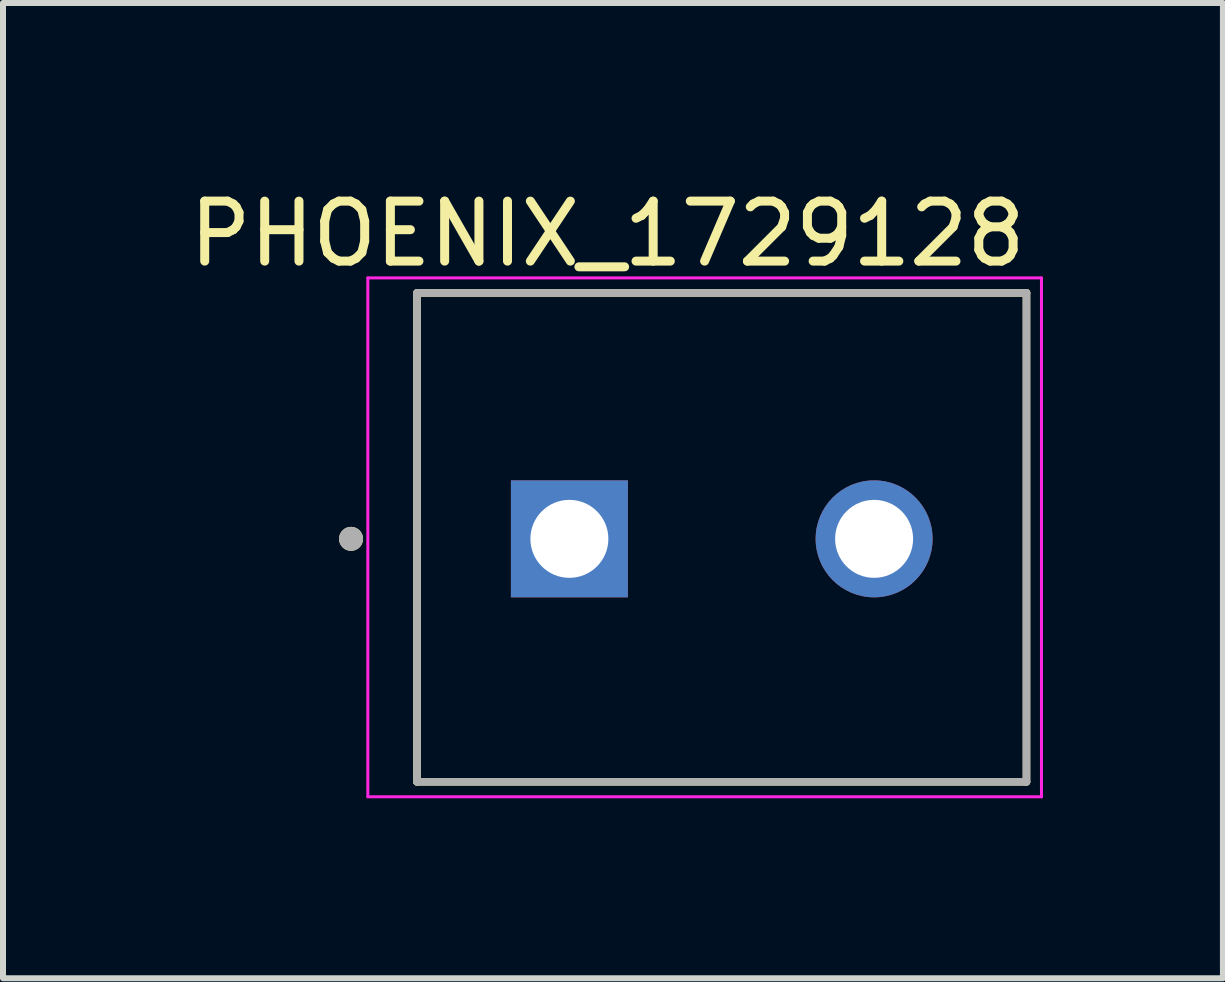
<source format=kicad_pcb>
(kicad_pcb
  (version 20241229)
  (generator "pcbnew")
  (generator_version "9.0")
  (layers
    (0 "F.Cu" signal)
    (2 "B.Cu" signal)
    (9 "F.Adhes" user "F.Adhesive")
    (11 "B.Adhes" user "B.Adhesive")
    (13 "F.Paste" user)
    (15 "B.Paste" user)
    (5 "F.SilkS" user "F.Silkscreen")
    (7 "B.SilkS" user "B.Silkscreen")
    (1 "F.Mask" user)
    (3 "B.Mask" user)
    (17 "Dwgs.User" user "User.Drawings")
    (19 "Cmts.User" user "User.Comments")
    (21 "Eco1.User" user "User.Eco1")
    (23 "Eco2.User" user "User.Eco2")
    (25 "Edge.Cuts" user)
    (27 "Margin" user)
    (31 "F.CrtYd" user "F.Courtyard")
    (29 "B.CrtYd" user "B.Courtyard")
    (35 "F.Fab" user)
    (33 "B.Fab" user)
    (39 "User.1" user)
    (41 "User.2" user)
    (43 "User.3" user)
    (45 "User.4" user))
  (footprint "PHOENIX_1729128"
    (layer "F.Cu")
    (at 3.902 9.983)
    (property "Reference" "PHOENIX_1729128" (at 3.175 -9.135 0) (layer "F.SilkS") (effects (font (size 1 1) (thickness 0.15))))
    (attr through_hole)
    (fp_line (start 0 -8.15) (end 0 0) (stroke (width 0.127) (type solid)) (layer "F.SilkS"))
    (fp_line (start 0 0) (end 10.16 0) (stroke (width 0.127) (type solid)) (layer "F.SilkS"))
    (fp_line (start 10.16 -8.15) (end 0 -8.15) (stroke (width 0.127) (type solid)) (layer "F.SilkS"))
    (fp_line (start 10.16 0) (end 10.16 -8.15) (stroke (width 0.127) (type solid)) (layer "F.SilkS"))
    (fp_circle (center -1.1 -4.05) (end -1 -4.05) (stroke (width 0.2) (type solid)) (fill no) (layer "F.SilkS"))
    (fp_line (start -0.82 -8.4) (end -0.82 0.25) (stroke (width 0.05) (type solid)) (layer "F.CrtYd"))
    (fp_line (start -0.82 0.25) (end 10.41 0.25) (stroke (width 0.05) (type solid)) (layer "F.CrtYd"))
    (fp_line (start 10.41 -8.4) (end -0.82 -8.4) (stroke (width 0.05) (type solid)) (layer "F.CrtYd"))
    (fp_line (start 10.41 0.25) (end 10.41 -8.4) (stroke (width 0.05) (type solid)) (layer "F.CrtYd"))
    (fp_line (start 0 -8.15) (end 0 0) (stroke (width 0.127) (type solid)) (layer "F.Fab"))
    (fp_line (start 0 0) (end 10.16 0) (stroke (width 0.127) (type solid)) (layer "F.Fab"))
    (fp_line (start 10.16 -8.15) (end 0 -8.15) (stroke (width 0.127) (type solid)) (layer "F.Fab"))
    (fp_line (start 10.16 0) (end 10.16 -8.15) (stroke (width 0.127) (type solid)) (layer "F.Fab"))
    (fp_circle (center -1.1 -4.05) (end -1 -4.05) (stroke (width 0.2) (type solid)) (fill no) (layer "F.Fab"))
    (pad "1" thru_hole rect (at 2.54 -4.05) (size 1.95 1.95) (drill 1.3) (layers "*.Cu" "*.Mask"))
    (pad "2" thru_hole circle (at 7.62 -4.05) (size 1.95 1.95) (drill 1.3) (layers "*.Cu" "*.Mask")))
  (gr_rect
    (start -3 -3)
    (end 17.337 13.258)
    (stroke (width 0.1) (type default))
    (fill no)
    (layer "Edge.Cuts")))
</source>
